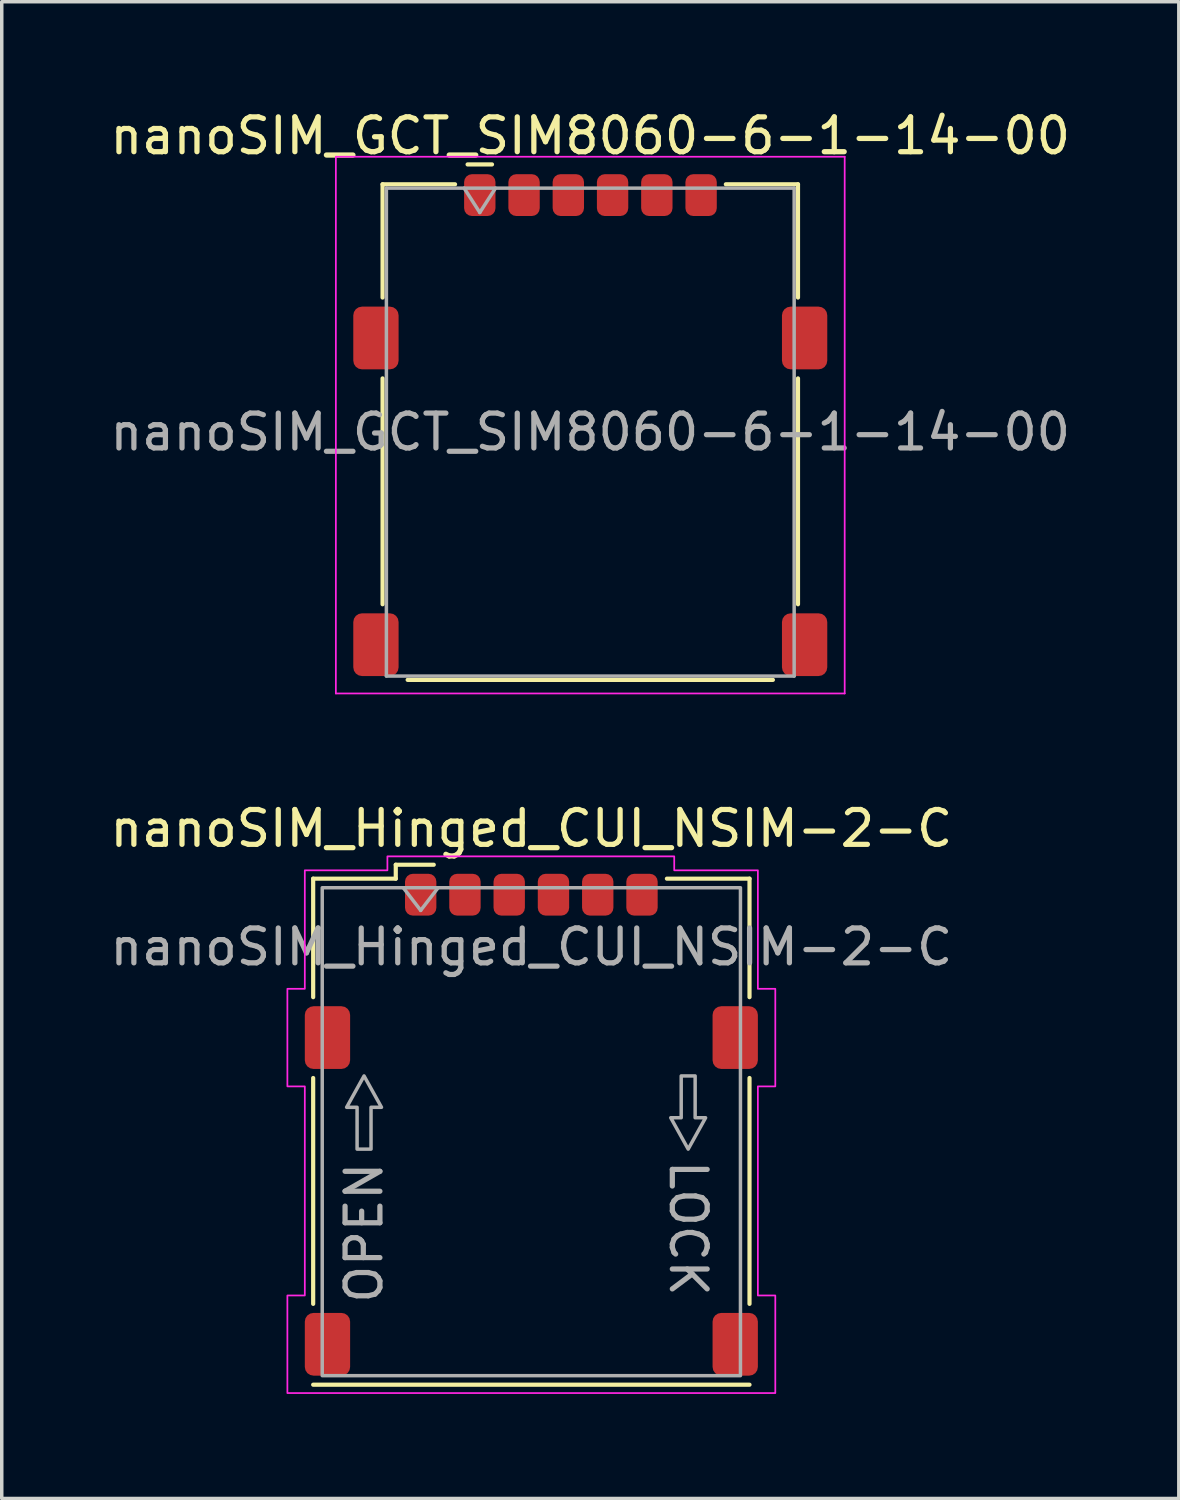
<source format=kicad_pcb>
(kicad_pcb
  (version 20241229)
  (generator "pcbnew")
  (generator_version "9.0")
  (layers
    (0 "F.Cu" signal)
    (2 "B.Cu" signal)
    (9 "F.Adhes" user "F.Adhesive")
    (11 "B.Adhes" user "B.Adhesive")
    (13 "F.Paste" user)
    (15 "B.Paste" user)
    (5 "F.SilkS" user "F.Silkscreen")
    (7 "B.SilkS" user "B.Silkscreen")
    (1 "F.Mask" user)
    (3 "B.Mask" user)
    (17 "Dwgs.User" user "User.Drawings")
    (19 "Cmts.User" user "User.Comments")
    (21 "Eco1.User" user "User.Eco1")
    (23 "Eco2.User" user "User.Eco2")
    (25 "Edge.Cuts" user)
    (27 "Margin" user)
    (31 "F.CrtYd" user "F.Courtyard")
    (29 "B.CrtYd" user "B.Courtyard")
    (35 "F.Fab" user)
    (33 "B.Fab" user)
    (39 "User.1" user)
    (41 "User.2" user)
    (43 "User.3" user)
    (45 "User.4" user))
  (footprint "nanoSIM_Hinged_CUI_NSIM-2-C"
    (layer "F.Cu")
    (at 12.196 29.422)
    (property "Reference" "nanoSIM_Hinged_CUI_NSIM-2-C" (at 0 -8.7 0) (layer "F.SilkS") (effects (font (size 1 1) (thickness 0.15))))
    (attr smd)
    (fp_line (start -6.26 -7.26) (end -6.26 -3.86) (stroke (width 0.12) (type default)) (layer "F.SilkS"))
    (fp_line (start -6.26 -1.54) (end -6.26 4.94) (stroke (width 0.12) (type default)) (layer "F.SilkS"))
    (fp_line (start -6.26 7.26) (end 6.26 7.26) (stroke (width 0.12) (type default)) (layer "F.SilkS"))
    (fp_line (start -3.89 -7.66) (end -2.8 -7.66) (stroke (width 0.12) (type default)) (layer "F.SilkS"))
    (fp_line (start -3.89 -7.26) (end -6.26 -7.26) (stroke (width 0.12) (type default)) (layer "F.SilkS"))
    (fp_line (start -3.89 -7.26) (end -3.89 -7.66) (stroke (width 0.12) (type default)) (layer "F.SilkS"))
    (fp_line (start 6.26 -7.26) (end 3.89 -7.26) (stroke (width 0.12) (type default)) (layer "F.SilkS"))
    (fp_line (start 6.26 -7.26) (end 6.26 -3.86) (stroke (width 0.12) (type default)) (layer "F.SilkS"))
    (fp_line (start 6.26 -1.54) (end 6.26 4.94) (stroke (width 0.12) (type default)) (layer "F.SilkS"))
    (fp_poly (pts (xy -6.5 -7.5) (xy -4.13 -7.5) (xy -4.13 -7.9) (xy 4.1 -7.9) (xy 4.1 -7.5) (xy 6.5 -7.5) (xy 6.5 -4.1) (xy 7 -4.1) (xy 7 -1.3) (xy 6.5 -1.3) (xy 6.5 4.7) (xy 7 4.7) (xy 7 7.5) (xy -7 7.5) (xy -7 4.7) (xy -6.5 4.7) (xy -6.5 -1.3) (xy -7 -1.3) (xy -7 -4.1) (xy -6.5 -4.1)) (stroke (width 0.05) (type solid)) (fill no) (layer "F.CrtYd"))
    (fp_line (start -3.675 -7) (end -3.175 -6.35) (stroke (width 0.1) (type default)) (layer "F.Fab"))
    (fp_line (start -3.175 -6.35) (end -2.675 -7) (stroke (width 0.1) (type default)) (layer "F.Fab"))
    (fp_rect (start -6 -7) (end 6 7) (stroke (width 0.1) (type default)) (fill no) (layer "F.Fab"))
    (fp_poly (pts (xy -5 0.5) (xy -5 -0.7) (xy -5.3 -0.7) (xy -4.8 -1.6) (xy -4.3 -0.7) (xy -4.6 -0.7) (xy -4.6 0.5)) (stroke (width 0.1) (type solid)) (fill no) (layer "F.Fab"))
    (fp_poly (pts (xy 4.7 -1.6) (xy 4.7 -0.4) (xy 5 -0.4) (xy 4.5 0.5) (xy 4 -0.4) (xy 4.3 -0.4) (xy 4.3 -1.6)) (stroke (width 0.1) (type solid)) (fill no) (layer "F.Fab"))
    (fp_text user "LOCK" (at 4.5 4.8 270) (unlocked yes) (layer "F.Fab") (effects (font (size 1 1) (thickness 0.15)) (justify right)))
    (fp_text user "${REFERENCE}" (at 0 -5.3 0) (layer "F.Fab") (effects (font (size 1 1) (thickness 0.15))))
    (fp_text user "OPEN" (at -4.8 0.8 90) (unlocked yes) (layer "F.Fab") (effects (font (size 1 1) (thickness 0.15)) (justify right)))
    (pad "1" smd roundrect (at -3.175 -6.8) (size 0.9 1.2) (layers "F.Cu" "F.Mask" "F.Paste") (roundrect_rratio 0.25))
    (pad "2" smd roundrect (at -0.635 -6.8) (size 0.9 1.2) (layers "F.Cu" "F.Mask" "F.Paste") (roundrect_rratio 0.25))
    (pad "3" smd roundrect (at 1.905 -6.8) (size 0.9 1.2) (layers "F.Cu" "F.Mask" "F.Paste") (roundrect_rratio 0.25))
    (pad "5" smd roundrect (at -1.905 -6.8) (size 0.9 1.2) (layers "F.Cu" "F.Mask" "F.Paste") (roundrect_rratio 0.25))
    (pad "6" smd roundrect (at 0.635 -6.8) (size 0.9 1.2) (layers "F.Cu" "F.Mask" "F.Paste") (roundrect_rratio 0.25))
    (pad "7" smd roundrect (at 3.175 -6.8) (size 0.9 1.2) (layers "F.Cu" "F.Mask" "F.Paste") (roundrect_rratio 0.25))
    (pad "CD" smd roundrect (at -5.85 6.1) (size 1.3 1.8) (layers "F.Cu" "F.Mask" "F.Paste") (roundrect_rratio 0.192))
    (pad "SH" smd roundrect (at -5.85 -2.7) (size 1.3 1.8) (layers "F.Cu" "F.Mask" "F.Paste") (roundrect_rratio 0.192))
    (pad "SH" smd roundrect (at 5.85 -2.7) (size 1.3 1.8) (layers "F.Cu" "F.Mask" "F.Paste") (roundrect_rratio 0.192))
    (pad "SH" smd roundrect (at 5.85 6.1) (size 1.3 1.8) (layers "F.Cu" "F.Mask" "F.Paste") (roundrect_rratio 0.192))
    (zone (net_name "") (layer "F.Cu") (hatch edge 0.5) (connect_pads) (min_thickness 0.25) (filled_areas_thickness no) (keepout (tracks allowed) (vias not_allowed) (pads not_allowed) (copperpour allowed) (footprints allowed)) (placement (enabled no)) (fill) (polygon (pts (xy 8.306 32.022) (xy 8.306 35.721) (xy 10.706 35.721) (xy 10.706 32.022))))
    (zone (net_name "") (layer "F.Cu") (hatch edge 0.5) (connect_pads) (min_thickness 0.25) (filled_areas_thickness no) (keepout (tracks allowed) (vias not_allowed) (pads not_allowed) (copperpour allowed) (footprints allowed)) (placement (enabled no)) (fill) (polygon (pts (xy 9.006 25.021) (xy 9.006 28.721) (xy 10.306 28.721) (xy 10.306 25.021))))
    (zone (net_name "") (layer "F.Cu") (hatch edge 0.5) (connect_pads) (min_thickness 0.25) (filled_areas_thickness no) (keepout (tracks allowed) (vias not_allowed) (pads not_allowed) (copperpour allowed) (footprints allowed)) (placement (enabled no)) (fill) (polygon (pts (xy 11.546 25.021) (xy 11.546 28.721) (xy 12.846 28.721) (xy 12.846 25.021))))
    (zone (net_name "") (layer "F.Cu") (hatch edge 0.5) (connect_pads) (min_thickness 0.25) (filled_areas_thickness no) (keepout (tracks allowed) (vias not_allowed) (pads not_allowed) (copperpour allowed) (footprints allowed)) (placement (enabled no)) (fill) (polygon (pts (xy 11.546 32.022) (xy 11.546 35.721) (xy 12.846 35.721) (xy 12.846 32.022))))
    (zone (net_name "") (layer "F.Cu") (hatch edge 0.5) (connect_pads) (min_thickness 0.25) (filled_areas_thickness no) (keepout (tracks allowed) (vias not_allowed) (pads not_allowed) (copperpour allowed) (footprints allowed)) (placement (enabled no)) (fill) (polygon (pts (xy 14.086 25.021) (xy 14.086 28.721) (xy 15.386 28.721) (xy 15.386 25.021))))
    (zone (net_name "") (layer "F.Cu") (hatch edge 0.5) (connect_pads) (min_thickness 0.25) (filled_areas_thickness no) (keepout (tracks allowed) (vias not_allowed) (pads not_allowed) (copperpour allowed) (footprints allowed)) (placement (enabled no)) (fill) (polygon (pts (xy 14.086 32.022) (xy 14.086 35.721) (xy 15.386 35.721) (xy 15.386 32.022)))))
  (footprint "nanoSIM_GCT_SIM8060-6-1-14-00"
    (layer "F.Cu")
    (at 13.887 9.348)
    (property "Reference" "nanoSIM_GCT_SIM8060-6-1-14-00" (at 0 -8.5 0) (layer "F.SilkS") (effects (font (size 1 1) (thickness 0.15))))
    (attr smd)
    (fp_line (start -5.96 -7.11) (end -5.96 -3.86) (stroke (width 0.12) (type default)) (layer "F.SilkS"))
    (fp_line (start -5.96 -7.11) (end -3.88 -7.11) (stroke (width 0.12) (type default)) (layer "F.SilkS"))
    (fp_line (start -5.96 -1.54) (end -5.96 4.94) (stroke (width 0.12) (type default)) (layer "F.SilkS"))
    (fp_line (start -5.24 7.11) (end 5.24 7.11) (stroke (width 0.12) (type default)) (layer "F.SilkS"))
    (fp_line (start -3.52 -7.68) (end -2.82 -7.68) (stroke (width 0.12) (type default)) (layer "F.SilkS"))
    (fp_line (start 3.89 -7.11) (end 5.96 -7.11) (stroke (width 0.12) (type default)) (layer "F.SilkS"))
    (fp_line (start 5.96 -7.11) (end 5.96 -3.86) (stroke (width 0.12) (type default)) (layer "F.SilkS"))
    (fp_line (start 5.96 -1.54) (end 5.96 4.94) (stroke (width 0.12) (type default)) (layer "F.SilkS"))
    (fp_line (start -7.3 -7.9) (end -7.3 7.5) (stroke (width 0.05) (type default)) (layer "F.CrtYd"))
    (fp_line (start -7.3 -7.9) (end 7.3 -7.9) (stroke (width 0.05) (type default)) (layer "F.CrtYd"))
    (fp_line (start -7.3 7.5) (end 7.3 7.5) (stroke (width 0.05) (type default)) (layer "F.CrtYd"))
    (fp_line (start 7.3 -7.9) (end 7.3 7.5) (stroke (width 0.05) (type default)) (layer "F.CrtYd"))
    (fp_line (start -5.85 -7) (end -5.85 7) (stroke (width 0.1) (type default)) (layer "F.Fab"))
    (fp_line (start -5.85 -7) (end 5.85 -7) (stroke (width 0.1) (type default)) (layer "F.Fab"))
    (fp_line (start -5.85 7) (end 5.85 7) (stroke (width 0.1) (type default)) (layer "F.Fab"))
    (fp_line (start -3.17 -6.3) (end -3.62 -7) (stroke (width 0.1) (type default)) (layer "F.Fab"))
    (fp_line (start -3.17 -6.3) (end -2.72 -7) (stroke (width 0.1) (type default)) (layer "F.Fab"))
    (fp_line (start 5.85 -7) (end 5.85 7) (stroke (width 0.1) (type default)) (layer "F.Fab"))
    (fp_text user "${REFERENCE}" (at 0 0 0) (layer "F.Fab") (effects (font (size 1 1) (thickness 0.15))))
    (pad "1" smd roundrect (at -3.17 -6.8) (size 0.9 1.2) (layers "F.Cu" "F.Mask" "F.Paste") (roundrect_rratio 0.25))
    (pad "2" smd roundrect (at -0.63 -6.8) (size 0.9 1.2) (layers "F.Cu" "F.Mask" "F.Paste") (roundrect_rratio 0.25))
    (pad "3" smd roundrect (at 1.91 -6.8) (size 0.9 1.2) (layers "F.Cu" "F.Mask" "F.Paste") (roundrect_rratio 0.25))
    (pad "5" smd roundrect (at -1.9 -6.8) (size 0.9 1.2) (layers "F.Cu" "F.Mask" "F.Paste") (roundrect_rratio 0.25))
    (pad "6" smd roundrect (at 0.64 -6.8) (size 0.9 1.2) (layers "F.Cu" "F.Mask" "F.Paste") (roundrect_rratio 0.25))
    (pad "7" smd roundrect (at 3.18 -6.8) (size 0.9 1.2) (layers "F.Cu" "F.Mask" "F.Paste") (roundrect_rratio 0.25))
    (pad "SH" smd roundrect (at -6.15 -2.7) (size 1.3 1.8) (layers "F.Cu" "F.Mask" "F.Paste") (roundrect_rratio 0.192))
    (pad "SH" smd roundrect (at 6.15 -2.7) (size 1.3 1.8) (layers "F.Cu" "F.Mask" "F.Paste") (roundrect_rratio 0.192))
    (pad "SH" smd roundrect (at 6.15 6.1) (size 1.3 1.8) (layers "F.Cu" "F.Mask" "F.Paste") (roundrect_rratio 0.192))
    (pad "SW" smd roundrect (at -6.15 6.1) (size 1.3 1.8) (layers "F.Cu" "F.Mask" "F.Paste") (roundrect_rratio 0.192))
    (zone (net_name "") (layers "F.Cu" "F.CrtYd") (hatch edge 0.5) (connect_pads) (min_thickness 0.25) (filled_areas_thickness no) (keepout (tracks not_allowed) (vias not_allowed) (pads not_allowed) (copperpour not_allowed) (footprints allowed)) (placement (enabled no)) (fill) (polygon (pts (xy 9.957 11.948) (xy 12.397 11.948) (xy 12.397 15.648) (xy 9.957 15.648))))
    (zone (net_name "") (layers "F.Cu" "F.CrtYd") (hatch edge 0.5) (connect_pads) (min_thickness 0.25) (filled_areas_thickness no) (keepout (tracks not_allowed) (vias not_allowed) (pads not_allowed) (copperpour not_allowed) (footprints allowed)) (placement (enabled no)) (fill) (polygon (pts (xy 10.697 4.928) (xy 11.997 4.928) (xy 11.997 8.628) (xy 10.697 8.628))))
    (zone (net_name "") (layers "F.Cu" "F.CrtYd") (hatch edge 0.5) (connect_pads) (min_thickness 0.25) (filled_areas_thickness no) (keepout (tracks not_allowed) (vias not_allowed) (pads not_allowed) (copperpour not_allowed) (footprints allowed)) (placement (enabled no)) (fill) (polygon (pts (xy 13.237 4.928) (xy 13.237 8.628) (xy 14.537 8.628) (xy 14.537 4.928))))
    (zone (net_name "") (layers "F.Cu" "F.CrtYd") (hatch edge 0.5) (connect_pads) (min_thickness 0.25) (filled_areas_thickness no) (keepout (tracks not_allowed) (vias not_allowed) (pads not_allowed) (copperpour not_allowed) (footprints allowed)) (placement (enabled no)) (fill) (polygon (pts (xy 13.237 11.948) (xy 14.537 11.948) (xy 14.537 15.648) (xy 13.237 15.648))))
    (zone (net_name "") (layers "F.Cu" "F.CrtYd") (hatch edge 0.5) (connect_pads) (min_thickness 0.25) (filled_areas_thickness no) (keepout (tracks not_allowed) (vias not_allowed) (pads not_allowed) (copperpour not_allowed) (footprints allowed)) (placement (enabled no)) (fill) (polygon (pts (xy 15.777 4.928) (xy 15.777 8.628) (xy 17.077 8.628) (xy 17.077 4.928))))
    (zone (net_name "") (layers "F.Cu" "F.CrtYd") (hatch edge 0.5) (connect_pads) (min_thickness 0.25) (filled_areas_thickness no) (keepout (tracks not_allowed) (vias not_allowed) (pads not_allowed) (copperpour not_allowed) (footprints allowed)) (placement (enabled no)) (fill) (polygon (pts (xy 15.777 11.948) (xy 17.077 11.948) (xy 17.077 15.648) (xy 15.777 15.648)))))
  (gr_rect
    (start -3 -3)
    (end 30.774 39.947)
    (stroke (width 0.1) (type default))
    (fill no)
    (layer "Edge.Cuts")))
</source>
